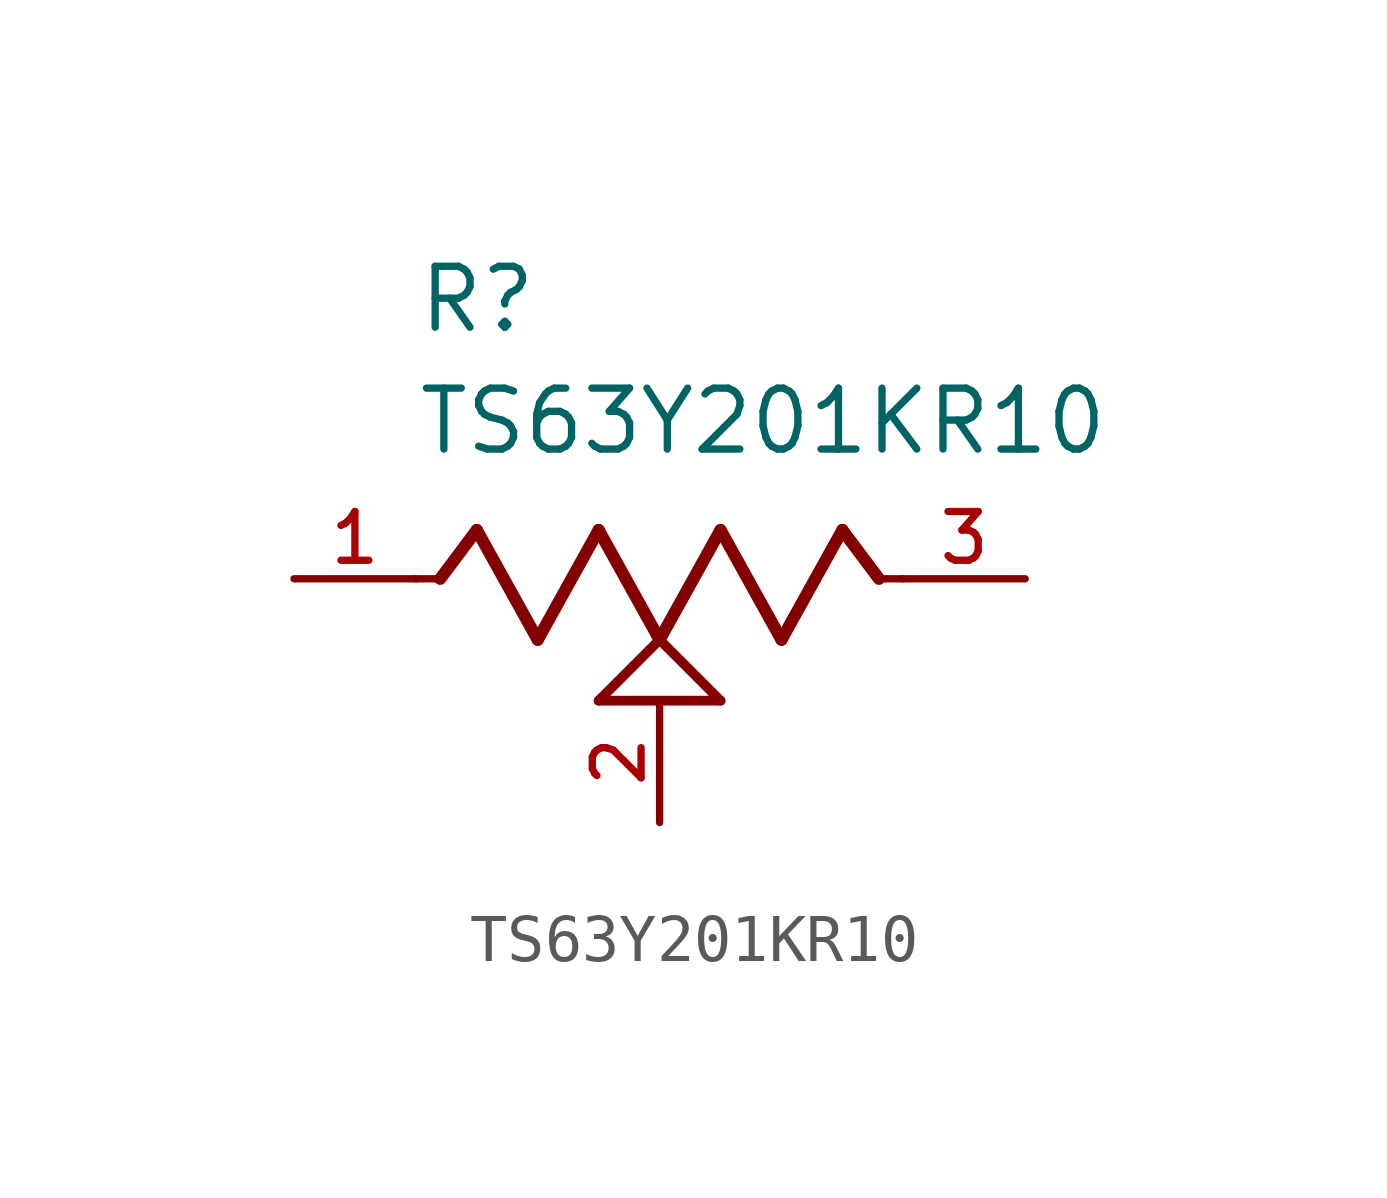
<source format=kicad_sym>
(kicad_symbol_lib
  (version 20211014)
  (generator kicad_symbol_editor)
  (symbol "TS63Y201KR10"
    (pin_names
      (offset 1.016))
    (property "Reference" "R"
      (at -5.08 5.08 0)
      (effects (font (size 1.27 1.27)) (justify bottom left)))
    (property "Value" "TS63Y201KR10"
      (at -5.08 2.54 0)
      (effects (font (size 1.27 1.27)) (justify bottom left)))
    (symbol "TS63Y201KR10_0_0"
      (polyline (pts (xy -5.08 0.0) (xy -4.572 0.0)) (stroke (width 0.152)))
      (polyline (pts (xy -4.572 0.0) (xy -3.81 1.016)) (stroke (width 0.254)))
      (polyline (pts (xy -3.81 1.016) (xy -2.54 -1.27)) (stroke (width 0.254)))
      (polyline (pts (xy -2.54 -1.27) (xy -1.27 1.016)) (stroke (width 0.254)))
      (polyline (pts (xy -1.27 1.016) (xy 0.0 -1.27)) (stroke (width 0.254)))
      (polyline (pts (xy 0.0 -1.27) (xy 1.27 1.016)) (stroke (width 0.254)))
      (polyline (pts (xy 1.27 1.016) (xy 2.54 -1.27)) (stroke (width 0.254)))
      (polyline (pts (xy 2.54 -1.27) (xy 3.81 1.016)) (stroke (width 0.254)))
      (polyline (pts (xy 3.81 1.016) (xy 4.572 0.0)) (stroke (width 0.254)))
      (polyline (pts (xy 4.572 0.0) (xy 5.08 0.0)) (stroke (width 0.152)))
      (polyline (pts (xy 0.0 -1.27) (xy 1.27 -2.54)) (stroke (width 0.203)))
      (polyline (pts (xy -1.27 -2.54) (xy 0.0 -1.27)) (stroke (width 0.203)))
      (polyline (pts (xy 1.27 -2.54) (xy -1.27 -2.54)) (stroke (width 0.203)))
      (pin passive line (at -7.62 0.0 0) (length 2.54) (name "~" (effects (font (size 1.016 1.016)))) (number "1" (effects (font (size 1.016 1.016)))))
      (pin passive line (at 7.62 0.0 180.0) (length 2.54) (name "~" (effects (font (size 1.016 1.016)))) (number "3" (effects (font (size 1.016 1.016)))))
      (pin passive line (at 0.0 -5.08 90.0) (length 2.54) (name "~" (effects (font (size 1.016 1.016)))) (number "2" (effects (font (size 1.016 1.016))))))))
</source>
